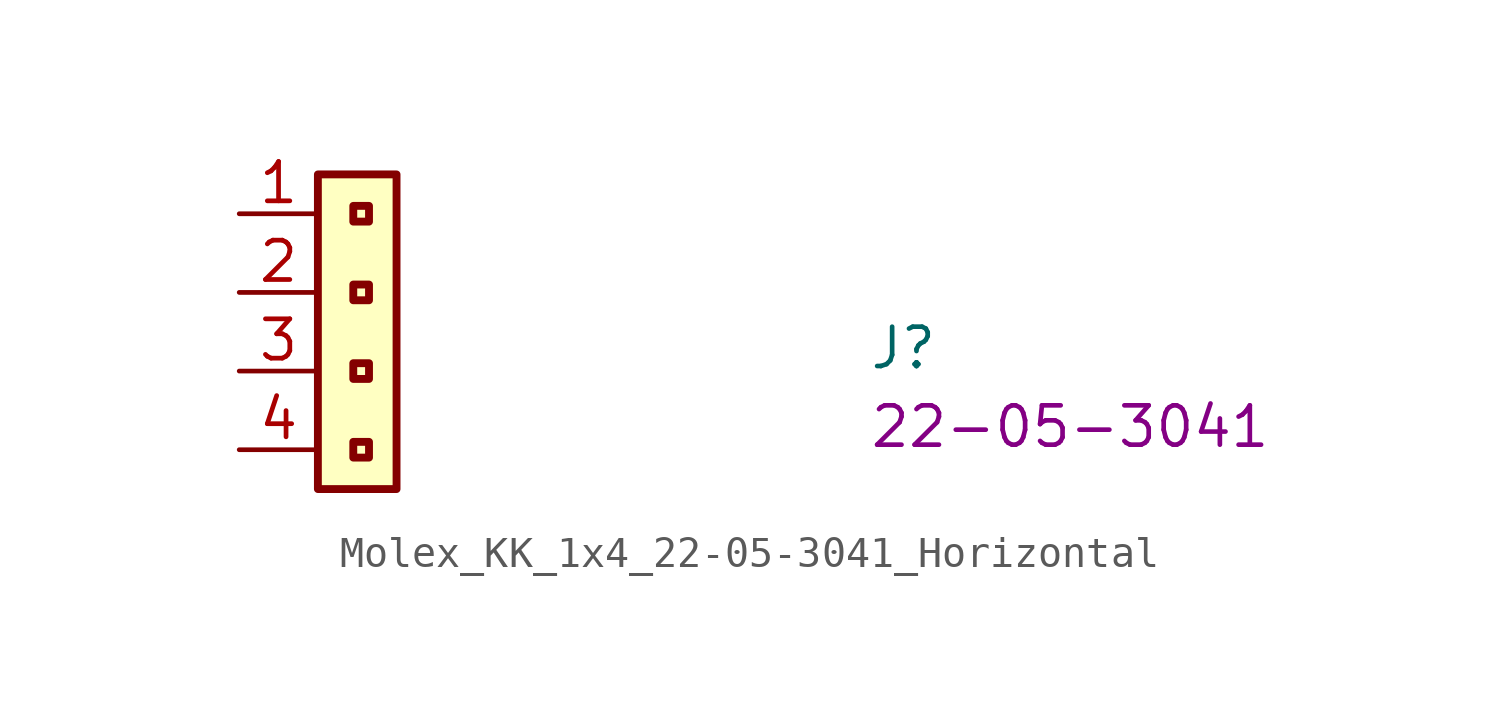
<source format=kicad_sym>
(kicad_symbol_lib
  (version 20220914)
  (generator kicad_symbol_editor)
  (symbol "Molex_KK_1x4_22-05-3041_Horizontal"
    (property "Reference" "J"
      (at 20.32 -5.08 0)
      (effects (font (size 1.27 1.27) (thickness 0.15)) (justify left bottom)))
    (property "MPN" "22-05-3041"
      (at 20.32 -7.62 0)
      (effects (font (size 1.27 1.27) (thickness 0.15)) (justify left bottom)))
    (symbol "Molex_KK_1x4_22-05-3041_Horizontal_1_1"
      (rectangle (start 4.191 -7.874) (end 3.683 -7.366) (stroke (width 0.254) (type solid)) (fill (type background)))
      (rectangle (start 4.191 -5.334) (end 3.683 -4.826) (stroke (width 0.254) (type solid)) (fill (type background)))
      (rectangle (start 4.191 -2.794) (end 3.683 -2.286) (stroke (width 0.254) (type solid)) (fill (type background)))
      (rectangle (start 4.191 -0.254) (end 3.683 0.254) (stroke (width 0.254) (type solid)) (fill (type background)))
      (rectangle (start 5.08 -8.89) (end 2.54 1.27) (stroke (width 0.254) (type solid)) (fill (type background)))
      (pin passive line (at 0 0 0) (length 2.54) (name "~" (effects (font (size 1.27 1.27)))) (number "1" (effects (font (size 1.27 1.27)))))
      (pin passive line (at 0 -2.54 0) (length 2.54) (name "~" (effects (font (size 1.27 1.27)))) (number "2" (effects (font (size 1.27 1.27)))))
      (pin passive line (at 0 -5.08 0) (length 2.54) (name "~" (effects (font (size 1.27 1.27)))) (number "3" (effects (font (size 1.27 1.27)))))
      (pin passive line (at 0 -7.62 0) (length 2.54) (name "~" (effects (font (size 1.27 1.27)))) (number "4" (effects (font (size 1.27 1.27))))))))
</source>
